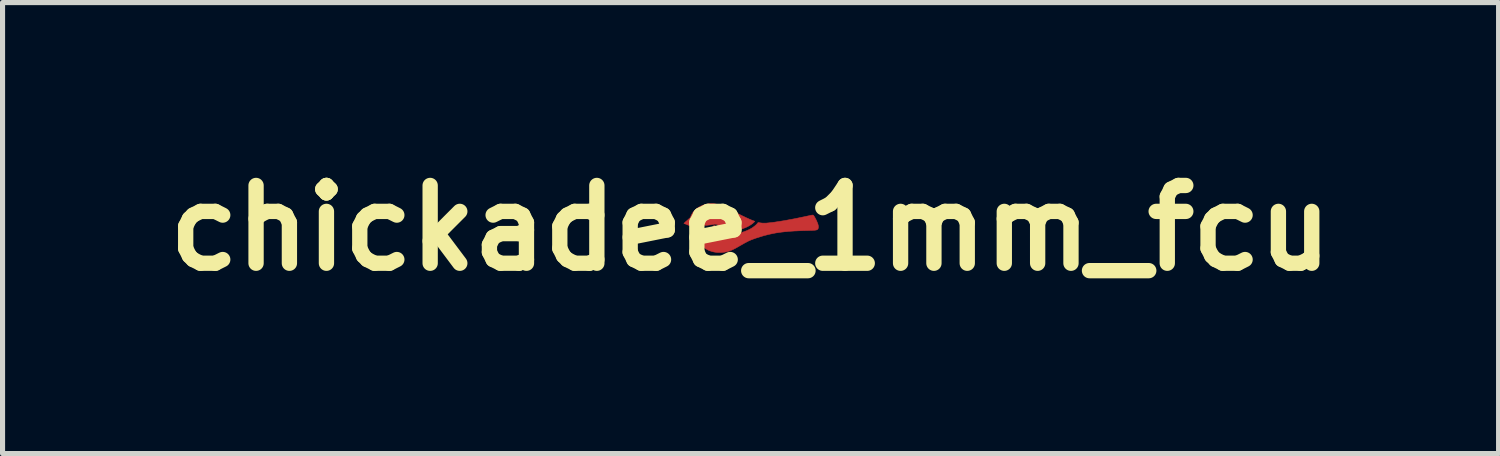
<source format=kicad_pcb>
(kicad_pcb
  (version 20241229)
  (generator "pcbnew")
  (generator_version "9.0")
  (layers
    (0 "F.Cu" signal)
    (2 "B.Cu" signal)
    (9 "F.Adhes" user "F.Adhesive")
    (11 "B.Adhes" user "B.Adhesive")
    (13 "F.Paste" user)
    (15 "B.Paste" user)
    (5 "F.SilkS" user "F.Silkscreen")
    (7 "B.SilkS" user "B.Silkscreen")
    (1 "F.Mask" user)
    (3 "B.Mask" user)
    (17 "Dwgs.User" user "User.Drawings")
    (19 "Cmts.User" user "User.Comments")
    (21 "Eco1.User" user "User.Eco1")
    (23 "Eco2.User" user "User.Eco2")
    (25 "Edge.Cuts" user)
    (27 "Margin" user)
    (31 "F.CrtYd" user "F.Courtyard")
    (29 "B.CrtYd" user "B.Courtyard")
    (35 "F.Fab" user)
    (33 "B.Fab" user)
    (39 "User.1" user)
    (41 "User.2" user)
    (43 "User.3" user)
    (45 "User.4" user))
  (footprint "chickadee_1mm_fcu"
    (layer "F.Cu")
    (at 11.655 1.418)
    (property "Reference" "chickadee_1mm_fcu" (at 0 0 0) (layer "F.SilkS") (effects (font (size 1.524 1.524) (thickness 0.3))))
    (attr through_hole)
    (fp_poly (pts (xy -0.751 -0.478) (xy -0.74 -0.478) (xy -0.731 -0.478) (xy -0.722 -0.477) (xy -0.714 -0.476) (xy -0.705 -0.475) (xy -0.696 -0.474) (xy -0.689 -0.472) (xy -0.669 -0.468) (xy -0.648 -0.462) (xy -0.627 -0.456) (xy -0.607 -0.449) (xy -0.604 -0.448) (xy -0.589 -0.442) (xy -0.574 -0.436) (xy -0.56 -0.43) (xy -0.545 -0.424) (xy -0.531 -0.418) (xy -0.516 -0.411) (xy -0.501 -0.404) (xy -0.485 -0.397) (xy -0.469 -0.39) (xy -0.452 -0.382) (xy -0.434 -0.374) (xy -0.415 -0.364) (xy -0.395 -0.355) (xy -0.373 -0.344) (xy -0.35 -0.333) (xy -0.325 -0.321) (xy -0.299 -0.308) (xy -0.271 -0.294) (xy -0.241 -0.279) (xy -0.233 -0.275) (xy -0.207 -0.262) (xy -0.183 -0.25) (xy -0.161 -0.239) (xy -0.14 -0.229) (xy -0.121 -0.22) (xy -0.103 -0.211) (xy -0.086 -0.203) (xy -0.07 -0.196) (xy -0.055 -0.189) (xy -0.041 -0.183) (xy -0.027 -0.176) (xy -0.013 -0.17) (xy 0.001 -0.165) (xy 0.014 -0.159) (xy 0.028 -0.153) (xy 0.043 -0.147) (xy 0.046 -0.146) (xy 0.055 -0.143) (xy 0.063 -0.14) (xy 0.07 -0.137) (xy 0.075 -0.134) (xy 0.079 -0.132) (xy 0.082 -0.131) (xy 0.082 -0.131) (xy 0.081 -0.13) (xy 0.079 -0.127) (xy 0.076 -0.123) (xy 0.071 -0.119) (xy 0.066 -0.113) (xy 0.06 -0.108) (xy 0.055 -0.103) (xy 0.049 -0.098) (xy 0.044 -0.093) (xy 0.042 -0.091) (xy 0.016 -0.072) (xy -0.012 -0.054) (xy -0.041 -0.037) (xy -0.073 -0.021) (xy -0.107 -0.006) (xy -0.143 0.008) (xy -0.181 0.021) (xy -0.221 0.033) (xy -0.263 0.044) (xy -0.306 0.053) (xy -0.313 0.055) (xy -0.343 0.06) (xy -0.371 0.065) (xy -0.397 0.068) (xy -0.422 0.07) (xy -0.446 0.071) (xy -0.468 0.071) (xy -0.489 0.069) (xy -0.499 0.068) (xy -0.521 0.065) (xy -0.542 0.059) (xy -0.561 0.053) (xy -0.578 0.045) (xy -0.593 0.035) (xy -0.607 0.024) (xy -0.618 0.011) (xy -0.628 -0.003) (xy -0.631 -0.009) (xy -0.636 -0.019) (xy -0.639 -0.029) (xy -0.642 -0.04) (xy -0.644 -0.053) (xy -0.646 -0.064) (xy -0.646 -0.072) (xy -0.67 -0.074) (xy -0.677 -0.075) (xy -0.684 -0.075) (xy -0.689 -0.076) (xy -0.693 -0.076) (xy -0.695 -0.076) (xy -0.695 -0.076) (xy -0.696 -0.077) (xy -0.696 -0.077) (xy -0.697 -0.078) (xy -0.699 -0.078) (xy -0.702 -0.078) (xy -0.706 -0.077) (xy -0.709 -0.077) (xy -0.711 -0.076) (xy -0.712 -0.076) (xy -0.716 -0.075) (xy -0.722 -0.074) (xy -0.728 -0.072) (xy -0.736 -0.071) (xy -0.738 -0.071) (xy -0.766 -0.066) (xy -0.792 -0.062) (xy -0.818 -0.059) (xy -0.845 -0.056) (xy -0.853 -0.055) (xy -0.86 -0.055) (xy -0.87 -0.054) (xy -0.88 -0.054) (xy -0.891 -0.054) (xy -0.903 -0.054) (xy -0.914 -0.054) (xy -0.925 -0.054) (xy -0.934 -0.055) (xy -0.942 -0.055) (xy -0.946 -0.055) (xy -0.971 -0.059) (xy -0.996 -0.063) (xy -1.02 -0.068) (xy -1.045 -0.074) (xy -1.071 -0.081) (xy -1.076 -0.083) (xy -1.084 -0.085) (xy -1.09 -0.087) (xy -1.094 -0.088) (xy -1.096 -0.089) (xy -1.098 -0.09) (xy -1.098 -0.091) (xy -1.098 -0.093) (xy -1.099 -0.097) (xy -1.1 -0.103) (xy -1.101 -0.11) (xy -1.102 -0.118) (xy -1.103 -0.128) (xy -1.104 -0.138) (xy -1.105 -0.15) (xy -1.106 -0.159) (xy -1.107 -0.167) (xy -1.107 -0.173) (xy -1.107 -0.177) (xy -1.107 -0.18) (xy -1.107 -0.182) (xy -1.107 -0.183) (xy -1.107 -0.183) (xy -1.105 -0.183) (xy -1.101 -0.184) (xy -1.1 -0.184) (xy -1.096 -0.185) (xy -1.09 -0.186) (xy -1.083 -0.188) (xy -1.074 -0.19) (xy -1.065 -0.192) (xy -1.054 -0.194) (xy -1.044 -0.197) (xy -1.034 -0.199) (xy -1.024 -0.201) (xy -1.015 -0.204) (xy -1.009 -0.205) (xy -0.974 -0.215) (xy -0.941 -0.224) (xy -0.91 -0.234) (xy -0.881 -0.244) (xy -0.854 -0.254) (xy -0.829 -0.265) (xy -0.825 -0.267) (xy -0.801 -0.278) (xy -0.776 -0.292) (xy -0.751 -0.307) (xy -0.728 -0.323) (xy -0.705 -0.34) (xy -0.69 -0.353) (xy -0.684 -0.358) (xy -0.678 -0.363) (xy -0.671 -0.369) (xy -0.665 -0.375) (xy -0.66 -0.38) (xy -0.655 -0.385) (xy -0.651 -0.389) (xy -0.649 -0.391) (xy -0.648 -0.393) (xy -0.648 -0.393) (xy -0.65 -0.394) (xy -0.653 -0.395) (xy -0.659 -0.397) (xy -0.665 -0.399) (xy -0.673 -0.401) (xy -0.681 -0.403) (xy -0.685 -0.404) (xy -0.709 -0.409) (xy -0.733 -0.412) (xy -0.757 -0.413) (xy -0.782 -0.413) (xy -0.808 -0.41) (xy -0.835 -0.406) (xy -0.863 -0.399) (xy -0.863 -0.399) (xy -0.892 -0.391) (xy -0.919 -0.381) (xy -0.945 -0.37) (xy -0.97 -0.357) (xy -0.993 -0.343) (xy -1.015 -0.328) (xy -1.035 -0.311) (xy -1.053 -0.294) (xy -1.07 -0.275) (xy -1.084 -0.255) (xy -1.096 -0.234) (xy -1.106 -0.213) (xy -1.107 -0.21) (xy -1.111 -0.2) (xy -1.162 -0.152) (xy -1.171 -0.143) (xy -1.18 -0.135) (xy -1.188 -0.127) (xy -1.195 -0.12) (xy -1.201 -0.114) (xy -1.206 -0.109) (xy -1.21 -0.106) (xy -1.212 -0.104) (xy -1.213 -0.103) (xy -1.212 -0.102) (xy -1.209 -0.101) (xy -1.204 -0.099) (xy -1.198 -0.096) (xy -1.19 -0.092) (xy -1.181 -0.088) (xy -1.171 -0.083) (xy -1.16 -0.079) (xy -1.158 -0.077) (xy -1.102 -0.053) (xy -1.096 -0.032) (xy -1.094 -0.023) (xy -1.09 -0.011) (xy -1.087 0.000459) (xy -1.083 0.013) (xy -1.079 0.024) (xy -1.075 0.035) (xy -1.072 0.043) (xy -1.07 0.048) (xy -1.069 0.051) (xy -1.067 0.053) (xy -1.065 0.054) (xy -1.062 0.054) (xy -1.058 0.054) (xy -1.052 0.055) (xy -1.044 0.055) (xy -1.035 0.055) (xy -1.026 0.055) (xy -1.017 0.055) (xy -1.007 0.055) (xy -0.998 0.054) (xy -0.99 0.054) (xy -0.982 0.054) (xy -0.977 0.053) (xy -0.921 0.047) (xy -0.887 0.043) (xy -0.872 0.041) (xy -0.859 0.038) (xy -0.848 0.036) (xy -0.839 0.034) (xy -0.83 0.031) (xy -0.821 0.028) (xy -0.813 0.025) (xy -0.804 0.02) (xy -0.803 0.02) (xy -0.784 0.009) (xy -0.765 -0.004) (xy -0.747 -0.019) (xy -0.73 -0.035) (xy -0.716 -0.051) (xy -0.71 -0.058) (xy -0.71 -0.054) (xy -0.71 -0.049) (xy -0.709 -0.042) (xy -0.707 -0.034) (xy -0.705 -0.026) (xy -0.703 -0.017) (xy -0.701 -0.01) (xy -0.7 -0.007) (xy -0.692 0.013) (xy -0.682 0.032) (xy -0.671 0.05) (xy -0.657 0.066) (xy -0.641 0.08) (xy -0.624 0.093) (xy -0.605 0.104) (xy -0.584 0.114) (xy -0.562 0.122) (xy -0.552 0.124) (xy -0.534 0.129) (xy -0.515 0.132) (xy -0.496 0.134) (xy -0.475 0.135) (xy -0.452 0.136) (xy -0.452 0.136) (xy -0.434 0.136) (xy -0.417 0.135) (xy -0.4 0.134) (xy -0.383 0.132) (xy -0.365 0.13) (xy -0.346 0.127) (xy -0.326 0.124) (xy -0.303 0.119) (xy -0.302 0.119) (xy -0.259 0.11) (xy -0.218 0.1) (xy -0.179 0.089) (xy -0.141 0.076) (xy -0.105 0.063) (xy -0.07 0.049) (xy -0.037 0.034) (xy -0.006 0.018) (xy 0.024 0.001) (xy 0.051 -0.017) (xy 0.076 -0.036) (xy 0.099 -0.055) (xy 0.115 -0.07) (xy 0.12 -0.076) (xy 0.126 -0.082) (xy 0.131 -0.088) (xy 0.136 -0.093) (xy 0.137 -0.094) (xy 0.14 -0.099) (xy 0.143 -0.103) (xy 0.145 -0.106) (xy 0.146 -0.107) (xy 0.147 -0.108) (xy 0.148 -0.108) (xy 0.15 -0.108) (xy 0.153 -0.108) (xy 0.158 -0.107) (xy 0.16 -0.107) (xy 0.195 -0.101) (xy 0.231 -0.097) (xy 0.267 -0.096) (xy 0.304 -0.097) (xy 0.309 -0.097) (xy 0.338 -0.1) (xy 0.369 -0.103) (xy 0.402 -0.107) (xy 0.438 -0.111) (xy 0.475 -0.116) (xy 0.514 -0.122) (xy 0.555 -0.128) (xy 0.598 -0.135) (xy 0.642 -0.142) (xy 0.688 -0.15) (xy 0.736 -0.159) (xy 0.784 -0.168) (xy 0.834 -0.177) (xy 0.885 -0.187) (xy 0.938 -0.198) (xy 0.991 -0.209) (xy 1.045 -0.22) (xy 1.1 -0.232) (xy 1.153 -0.243) (xy 1.168 -0.247) (xy 1.181 -0.25) (xy 1.192 -0.252) (xy 1.202 -0.253) (xy 1.21 -0.254) (xy 1.216 -0.255) (xy 1.222 -0.254) (xy 1.227 -0.253) (xy 1.231 -0.25) (xy 1.234 -0.247) (xy 1.238 -0.243) (xy 1.241 -0.238) (xy 1.245 -0.232) (xy 1.249 -0.225) (xy 1.251 -0.222) (xy 1.264 -0.2) (xy 1.276 -0.177) (xy 1.287 -0.156) (xy 1.297 -0.134) (xy 1.305 -0.114) (xy 1.313 -0.096) (xy 1.318 -0.082) (xy 1.323 -0.064) (xy 1.327 -0.047) (xy 1.329 -0.032) (xy 1.329 -0.018) (xy 1.328 -0.005) (xy 1.325 0.006) (xy 1.321 0.016) (xy 1.315 0.024) (xy 1.308 0.03) (xy 1.304 0.032) (xy 1.3 0.034) (xy 1.297 0.035) (xy 1.292 0.037) (xy 1.288 0.038) (xy 1.282 0.039) (xy 1.276 0.04) (xy 1.269 0.041) (xy 1.26 0.042) (xy 1.251 0.043) (xy 1.24 0.043) (xy 1.228 0.044) (xy 1.215 0.045) (xy 1.199 0.046) (xy 1.182 0.046) (xy 1.163 0.047) (xy 1.142 0.048) (xy 1.119 0.048) (xy 1.093 0.049) (xy 1.089 0.049) (xy 1.047 0.05) (xy 1.007 0.051) (xy 0.969 0.053) (xy 0.934 0.054) (xy 0.9 0.056) (xy 0.867 0.057) (xy 0.836 0.059) (xy 0.805 0.061) (xy 0.776 0.063) (xy 0.747 0.065) (xy 0.719 0.068) (xy 0.691 0.071) (xy 0.682 0.071) (xy 0.638 0.076) (xy 0.595 0.081) (xy 0.554 0.087) (xy 0.513 0.093) (xy 0.473 0.1) (xy 0.434 0.108) (xy 0.395 0.116) (xy 0.355 0.125) (xy 0.316 0.135) (xy 0.275 0.145) (xy 0.234 0.157) (xy 0.192 0.17) (xy 0.148 0.184) (xy 0.103 0.198) (xy 0.067 0.211) (xy 0.05 0.217) (xy 0.034 0.223) (xy 0.018 0.229) (xy 0.003 0.235) (xy -0.013 0.242) (xy -0.028 0.248) (xy -0.044 0.256) (xy -0.06 0.264) (xy -0.077 0.273) (xy -0.095 0.283) (xy -0.115 0.293) (xy -0.136 0.305) (xy -0.158 0.318) (xy -0.166 0.322) (xy -0.186 0.334) (xy -0.204 0.344) (xy -0.22 0.353) (xy -0.235 0.362) (xy -0.248 0.369) (xy -0.26 0.376) (xy -0.271 0.382) (xy -0.281 0.388) (xy -0.29 0.393) (xy -0.298 0.397) (xy -0.306 0.401) (xy -0.313 0.405) (xy -0.32 0.408) (xy -0.327 0.412) (xy -0.334 0.415) (xy -0.341 0.419) (xy -0.341 0.419) (xy -0.365 0.43) (xy -0.386 0.439) (xy -0.407 0.447) (xy -0.428 0.454) (xy -0.449 0.46) (xy -0.47 0.465) (xy -0.492 0.469) (xy -0.516 0.473) (xy -0.538 0.475) (xy -0.552 0.477) (xy -0.568 0.478) (xy -0.585 0.478) (xy -0.602 0.479) (xy -0.618 0.479) (xy -0.634 0.479) (xy -0.644 0.478) (xy -0.671 0.476) (xy -0.699 0.472) (xy -0.726 0.467) (xy -0.753 0.46) (xy -0.779 0.452) (xy -0.804 0.443) (xy -0.827 0.434) (xy -0.833 0.43) (xy -0.861 0.415) (xy -0.888 0.398) (xy -0.915 0.378) (xy -0.941 0.356) (xy -0.966 0.332) (xy -0.99 0.306) (xy -1.014 0.278) (xy -1.036 0.248) (xy -1.058 0.216) (xy -1.078 0.182) (xy -1.098 0.146) (xy -1.113 0.115) (xy -1.12 0.101) (xy -1.126 0.087) (xy -1.132 0.072) (xy -1.138 0.055) (xy -1.144 0.037) (xy -1.145 0.033) (xy -1.148 0.025) (xy -1.151 0.016) (xy -1.154 0.007) (xy -1.156 -0.002) (xy -1.159 -0.011) (xy -1.161 -0.018) (xy -1.163 -0.025) (xy -1.164 -0.029) (xy -1.164 -0.031) (xy -1.165 -0.035) (xy -1.235 -0.063) (xy -1.247 -0.068) (xy -1.259 -0.073) (xy -1.27 -0.077) (xy -1.28 -0.081) (xy -1.288 -0.085) (xy -1.295 -0.087) (xy -1.301 -0.09) (xy -1.304 -0.091) (xy -1.306 -0.092) (xy -1.306 -0.092) (xy -1.305 -0.093) (xy -1.302 -0.095) (xy -1.298 -0.099) (xy -1.293 -0.104) (xy -1.286 -0.11) (xy -1.279 -0.117) (xy -1.27 -0.125) (xy -1.261 -0.133) (xy -1.25 -0.142) (xy -1.242 -0.15) (xy -1.229 -0.161) (xy -1.219 -0.171) (xy -1.21 -0.179) (xy -1.202 -0.186) (xy -1.196 -0.192) (xy -1.19 -0.196) (xy -1.186 -0.2) (xy -1.183 -0.204) (xy -1.18 -0.206) (xy -1.179 -0.208) (xy -1.177 -0.21) (xy -1.177 -0.211) (xy -1.176 -0.212) (xy -1.176 -0.213) (xy -1.176 -0.214) (xy -1.173 -0.221) (xy -1.17 -0.229) (xy -1.167 -0.239) (xy -1.162 -0.248) (xy -1.158 -0.258) (xy -1.156 -0.262) (xy -1.145 -0.282) (xy -1.132 -0.302) (xy -1.117 -0.32) (xy -1.1 -0.339) (xy -1.096 -0.344) (xy -1.077 -0.362) (xy -1.057 -0.379) (xy -1.037 -0.394) (xy -1.014 -0.408) (xy -0.991 -0.421) (xy -0.983 -0.425) (xy -0.96 -0.436) (xy -0.937 -0.445) (xy -0.913 -0.454) (xy -0.888 -0.461) (xy -0.863 -0.467) (xy -0.835 -0.472) (xy -0.819 -0.475) (xy -0.812 -0.476) (xy -0.806 -0.477) (xy -0.801 -0.477) (xy -0.795 -0.478) (xy -0.789 -0.478) (xy -0.782 -0.478) (xy -0.773 -0.478) (xy -0.764 -0.478) (xy -0.751 -0.478)) (stroke (width 0.01) (type solid)) (fill yes) (layer "F.Cu"))
    (fp_poly (pts (xy -0.74 -0.506) (xy -0.727 -0.506) (xy -0.715 -0.505) (xy -0.703 -0.503) (xy -0.69 -0.501) (xy -0.681 -0.499) (xy -0.669 -0.497) (xy -0.657 -0.494) (xy -0.645 -0.491) (xy -0.633 -0.487) (xy -0.62 -0.483) (xy -0.607 -0.479) (xy -0.592 -0.473) (xy -0.576 -0.467) (xy -0.564 -0.462) (xy -0.548 -0.455) (xy -0.531 -0.448) (xy -0.515 -0.441) (xy -0.497 -0.434) (xy -0.479 -0.426) (xy -0.46 -0.417) (xy -0.441 -0.408) (xy -0.42 -0.398) (xy -0.398 -0.388) (xy -0.374 -0.376) (xy -0.35 -0.364) (xy -0.323 -0.351) (xy -0.295 -0.337) (xy -0.265 -0.322) (xy -0.245 -0.312) (xy -0.217 -0.298) (xy -0.191 -0.285) (xy -0.167 -0.273) (xy -0.144 -0.262) (xy -0.123 -0.252) (xy -0.103 -0.243) (xy -0.085 -0.234) (xy -0.067 -0.226) (xy -0.05 -0.218) (xy -0.034 -0.211) (xy -0.019 -0.204) (xy -0.004 -0.197) (xy 0.011 -0.191) (xy 0.026 -0.185) (xy 0.041 -0.179) (xy 0.056 -0.172) (xy 0.072 -0.166) (xy 0.078 -0.164) (xy 0.086 -0.161) (xy 0.094 -0.158) (xy 0.101 -0.155) (xy 0.106 -0.153) (xy 0.11 -0.152) (xy 0.112 -0.151) (xy 0.115 -0.149) (xy 0.106 -0.138) (xy 0.092 -0.123) (xy 0.076 -0.107) (xy 0.057 -0.091) (xy 0.037 -0.075) (xy 0.016 -0.059) (xy -0.006 -0.044) (xy -0.03 -0.03) (xy -0.054 -0.017) (xy -0.054 -0.017) (xy -0.086 -0.001) (xy -0.119 0.013) (xy -0.154 0.027) (xy -0.19 0.039) (xy -0.227 0.051) (xy -0.265 0.061) (xy -0.303 0.069) (xy -0.341 0.077) (xy -0.378 0.082) (xy -0.402 0.085) (xy -0.408 0.085) (xy -0.417 0.086) (xy -0.427 0.086) (xy -0.438 0.086) (xy -0.449 0.086) (xy -0.46 0.086) (xy -0.471 0.086) (xy -0.481 0.086) (xy -0.489 0.086) (xy -0.496 0.085) (xy -0.497 0.085) (xy -0.521 0.081) (xy -0.543 0.076) (xy -0.564 0.069) (xy -0.582 0.061) (xy -0.599 0.051) (xy -0.605 0.046) (xy -0.619 0.035) (xy -0.631 0.021) (xy -0.641 0.007) (xy -0.649 -0.009) (xy -0.653 -0.019) (xy -0.656 -0.029) (xy -0.658 -0.038) (xy -0.66 -0.046) (xy -0.661 -0.056) (xy -0.661 -0.067) (xy -0.661 -0.07) (xy -0.661 -0.089) (xy -0.669 -0.09) (xy -0.677 -0.091) (xy -0.685 -0.085) (xy -0.694 -0.079) (xy -0.694 -0.068) (xy -0.693 -0.052) (xy -0.691 -0.035) (xy -0.687 -0.018) (xy -0.681 -0.001) (xy -0.674 0.015) (xy -0.665 0.029) (xy -0.653 0.046) (xy -0.639 0.061) (xy -0.623 0.074) (xy -0.605 0.085) (xy -0.586 0.095) (xy -0.565 0.103) (xy -0.542 0.11) (xy -0.517 0.115) (xy -0.491 0.118) (xy -0.488 0.119) (xy -0.478 0.119) (xy -0.467 0.12) (xy -0.454 0.12) (xy -0.441 0.119) (xy -0.427 0.119) (xy -0.413 0.118) (xy -0.4 0.118) (xy -0.389 0.117) (xy -0.386 0.116) (xy -0.347 0.111) (xy -0.308 0.104) (xy -0.269 0.095) (xy -0.23 0.086) (xy -0.191 0.074) (xy -0.154 0.062) (xy -0.118 0.049) (xy -0.084 0.034) (xy -0.071 0.028) (xy -0.041 0.014) (xy -0.013 -0.002) (xy 0.015 -0.019) (xy 0.041 -0.036) (xy 0.065 -0.054) (xy 0.087 -0.073) (xy 0.108 -0.092) (xy 0.126 -0.111) (xy 0.137 -0.124) (xy 0.142 -0.13) (xy 0.145 -0.134) (xy 0.148 -0.137) (xy 0.15 -0.137) (xy 0.15 -0.137) (xy 0.155 -0.136) (xy 0.162 -0.135) (xy 0.171 -0.133) (xy 0.18 -0.132) (xy 0.191 -0.13) (xy 0.202 -0.129) (xy 0.213 -0.127) (xy 0.224 -0.126) (xy 0.234 -0.125) (xy 0.239 -0.124) (xy 0.249 -0.124) (xy 0.261 -0.124) (xy 0.274 -0.124) (xy 0.288 -0.124) (xy 0.303 -0.125) (xy 0.321 -0.127) (xy 0.34 -0.128) (xy 0.362 -0.13) (xy 0.385 -0.133) (xy 0.392 -0.134) (xy 0.426 -0.138) (xy 0.462 -0.143) (xy 0.5 -0.148) (xy 0.54 -0.154) (xy 0.582 -0.161) (xy 0.625 -0.168) (xy 0.671 -0.176) (xy 0.718 -0.184) (xy 0.767 -0.193) (xy 0.817 -0.203) (xy 0.868 -0.213) (xy 0.921 -0.223) (xy 0.975 -0.234) (xy 1.03 -0.246) (xy 1.086 -0.258) (xy 1.143 -0.27) (xy 1.153 -0.272) (xy 1.163 -0.275) (xy 1.174 -0.277) (xy 1.183 -0.279) (xy 1.192 -0.281) (xy 1.199 -0.282) (xy 1.204 -0.283) (xy 1.208 -0.284) (xy 1.208 -0.284) (xy 1.218 -0.284) (xy 1.228 -0.282) (xy 1.237 -0.278) (xy 1.247 -0.273) (xy 1.254 -0.267) (xy 1.255 -0.267) (xy 1.258 -0.262) (xy 1.263 -0.256) (xy 1.268 -0.248) (xy 1.274 -0.239) (xy 1.28 -0.228) (xy 1.287 -0.216) (xy 1.294 -0.204) (xy 1.301 -0.191) (xy 1.307 -0.177) (xy 1.314 -0.164) (xy 1.32 -0.151) (xy 1.326 -0.138) (xy 1.329 -0.131) (xy 1.339 -0.107) (xy 1.346 -0.085) (xy 1.352 -0.064) (xy 1.355 -0.044) (xy 1.357 -0.026) (xy 1.357 -0.01) (xy 1.355 0.005) (xy 1.351 0.019) (xy 1.348 0.026) (xy 1.343 0.033) (xy 1.338 0.04) (xy 1.332 0.046) (xy 1.33 0.048) (xy 1.325 0.052) (xy 1.319 0.056) (xy 1.313 0.059) (xy 1.306 0.062) (xy 1.298 0.064) (xy 1.288 0.066) (xy 1.278 0.068) (xy 1.266 0.07) (xy 1.252 0.071) (xy 1.236 0.072) (xy 1.218 0.073) (xy 1.204 0.074) (xy 1.197 0.074) (xy 1.188 0.074) (xy 1.178 0.075) (xy 1.166 0.075) (xy 1.153 0.075) (xy 1.139 0.076) (xy 1.125 0.076) (xy 1.111 0.077) (xy 1.104 0.077) (xy 1.067 0.078) (xy 1.033 0.079) (xy 1.001 0.08) (xy 0.971 0.081) (xy 0.942 0.082) (xy 0.915 0.083) (xy 0.889 0.084) (xy 0.864 0.086) (xy 0.839 0.087) (xy 0.815 0.089) (xy 0.792 0.09) (xy 0.769 0.092) (xy 0.745 0.094) (xy 0.733 0.095) (xy 0.681 0.1) (xy 0.63 0.105) (xy 0.582 0.112) (xy 0.535 0.118) (xy 0.489 0.126) (xy 0.443 0.135) (xy 0.398 0.144) (xy 0.353 0.155) (xy 0.307 0.166) (xy 0.261 0.179) (xy 0.213 0.193) (xy 0.165 0.208) (xy 0.128 0.22) (xy 0.108 0.226) (xy 0.09 0.233) (xy 0.073 0.238) (xy 0.058 0.244) (xy 0.043 0.249) (xy 0.029 0.255) (xy 0.015 0.26) (xy 0.002 0.266) (xy -0.012 0.272) (xy -0.025 0.278) (xy -0.039 0.285) (xy -0.053 0.292) (xy -0.068 0.3) (xy -0.084 0.309) (xy -0.101 0.318) (xy -0.119 0.328) (xy -0.139 0.339) (xy -0.16 0.352) (xy -0.183 0.364) (xy -0.2 0.374) (xy -0.215 0.383) (xy -0.229 0.391) (xy -0.241 0.398) (xy -0.252 0.404) (xy -0.263 0.41) (xy -0.272 0.415) (xy -0.281 0.42) (xy -0.289 0.424) (xy -0.298 0.429) (xy -0.307 0.433) (xy -0.314 0.437) (xy -0.337 0.448) (xy -0.358 0.458) (xy -0.377 0.466) (xy -0.396 0.473) (xy -0.415 0.479) (xy -0.433 0.485) (xy -0.451 0.49) (xy -0.47 0.494) (xy -0.487 0.496) (xy -0.507 0.5) (xy -0.526 0.502) (xy -0.543 0.504) (xy -0.561 0.505) (xy -0.579 0.506) (xy -0.598 0.507) (xy -0.611 0.507) (xy -0.621 0.507) (xy -0.629 0.506) (xy -0.637 0.506) (xy -0.643 0.506) (xy -0.648 0.506) (xy -0.651 0.506) (xy -0.651 0.506) (xy -0.682 0.503) (xy -0.713 0.498) (xy -0.743 0.492) (xy -0.772 0.484) (xy -0.8 0.475) (xy -0.826 0.465) (xy -0.846 0.456) (xy -0.875 0.44) (xy -0.904 0.422) (xy -0.932 0.401) (xy -0.959 0.378) (xy -0.985 0.353) (xy -1.01 0.326) (xy -1.035 0.297) (xy -1.058 0.265) (xy -1.081 0.232) (xy -1.103 0.196) (xy -1.123 0.158) (xy -1.125 0.156) (xy -1.137 0.13) (xy -1.149 0.103) (xy -1.16 0.075) (xy -1.171 0.046) (xy -1.181 0.014) (xy -1.187 -0.005) (xy -1.189 -0.014) (xy -1.273 -0.048) (xy -1.287 -0.053) (xy -1.3 -0.059) (xy -1.312 -0.064) (xy -1.323 -0.068) (xy -1.333 -0.072) (xy -1.341 -0.076) (xy -1.348 -0.079) (xy -1.353 -0.081) (xy -1.356 -0.083) (xy -1.358 -0.083) (xy -1.358 -0.083) (xy -1.357 -0.084) (xy -1.354 -0.087) (xy -1.35 -0.091) (xy -1.345 -0.096) (xy -1.338 -0.102) (xy -1.33 -0.109) (xy -1.321 -0.117) (xy -1.311 -0.126) (xy -1.3 -0.136) (xy -1.289 -0.146) (xy -1.28 -0.154) (xy -1.203 -0.223) (xy -1.198 -0.236) (xy -1.188 -0.26) (xy -1.177 -0.283) (xy -1.164 -0.305) (xy -1.148 -0.327) (xy -1.131 -0.348) (xy -1.112 -0.368) (xy -1.106 -0.374) (xy -1.083 -0.394) (xy -1.058 -0.413) (xy -1.031 -0.431) (xy -1.003 -0.447) (xy -0.973 -0.461) (xy -0.942 -0.473) (xy -0.91 -0.484) (xy -0.876 -0.493) (xy -0.86 -0.497) (xy -0.845 -0.499) (xy -0.831 -0.502) (xy -0.818 -0.504) (xy -0.806 -0.505) (xy -0.793 -0.506) (xy -0.779 -0.506) (xy -0.77 -0.506) (xy -0.754 -0.507) (xy -0.74 -0.506)) (stroke (width 0.01) (type solid)) (fill yes) (layer "F.Mask")))
  (gr_rect
    (start -3 -3)
    (end 26.31 5.836)
    (stroke (width 0.1) (type default))
    (fill no)
    (layer "Edge.Cuts")))
</source>
